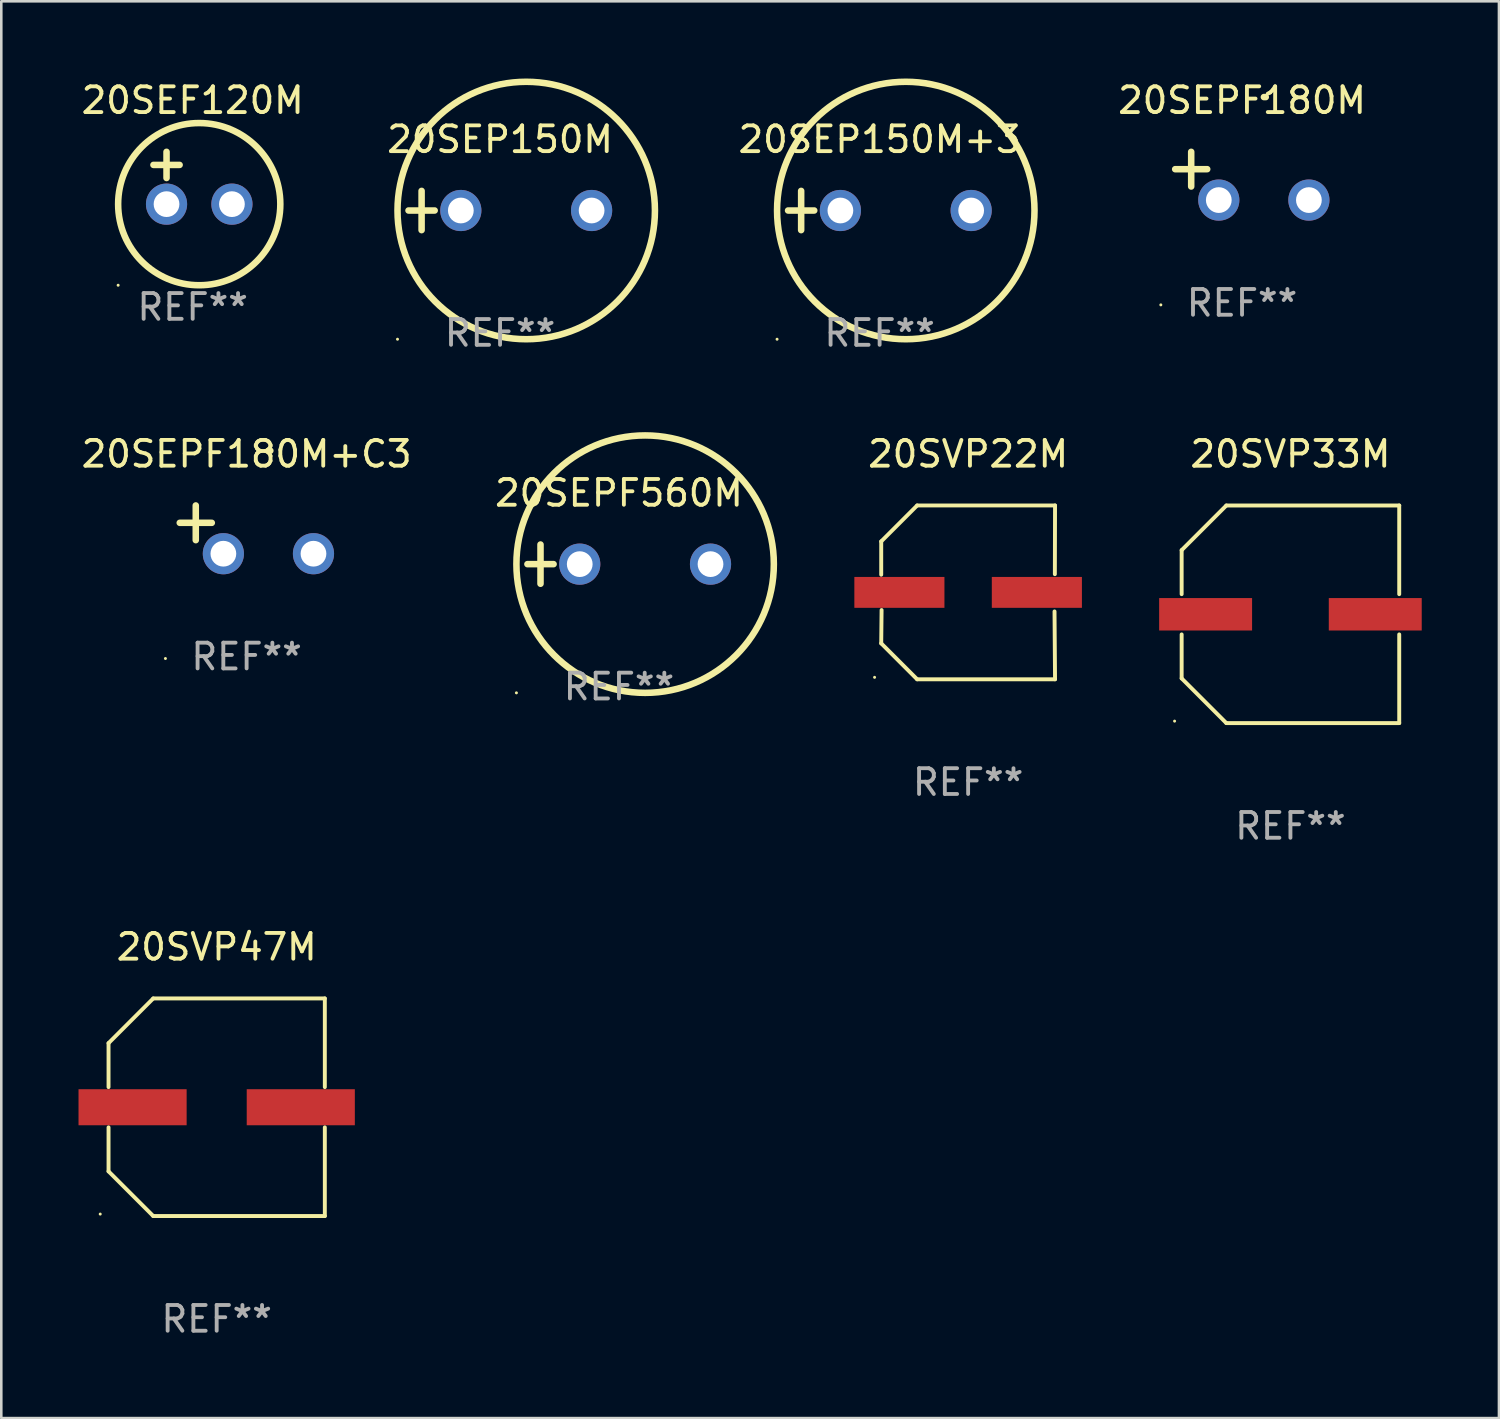
<source format=kicad_pcb>
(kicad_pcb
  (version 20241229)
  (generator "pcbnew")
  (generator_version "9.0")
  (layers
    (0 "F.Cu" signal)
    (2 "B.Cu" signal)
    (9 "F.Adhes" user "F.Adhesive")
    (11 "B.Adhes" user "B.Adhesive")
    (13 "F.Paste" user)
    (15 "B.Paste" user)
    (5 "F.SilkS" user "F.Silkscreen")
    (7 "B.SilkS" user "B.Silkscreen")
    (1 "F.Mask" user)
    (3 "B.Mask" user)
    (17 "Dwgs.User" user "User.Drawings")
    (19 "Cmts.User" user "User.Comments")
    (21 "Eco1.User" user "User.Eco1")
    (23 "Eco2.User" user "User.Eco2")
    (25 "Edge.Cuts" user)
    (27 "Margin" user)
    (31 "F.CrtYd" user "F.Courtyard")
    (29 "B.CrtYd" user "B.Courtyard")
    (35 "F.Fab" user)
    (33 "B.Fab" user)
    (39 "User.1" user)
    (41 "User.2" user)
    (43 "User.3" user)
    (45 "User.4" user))
  (footprint "20SEPF180M"
    (layer "F.Cu")
    (at 45.197 3.785)
    (property "Reference" "20SEPF180M" (at 0 -2.937 0) (layer "F.SilkS") (effects (font (size 1 1) (thickness 0.15))))
    (attr through_hole)
    (fp_line (start -1.975 0.41) (end -1.975 -0.937) (stroke (width 0.254) (type solid)) (layer "F.SilkS"))
    (fp_line (start -1.353 -0.263) (end -2.597 -0.263) (stroke (width 0.254) (type solid)) (layer "F.SilkS"))
    (fp_arc (start 0.849809 -3.063957) (mid 0.885369 -3.064114) (end 0.920929 -3.063957) (stroke (width 0.254001) (type solid)) (layer "F.SilkS"))
    (fp_circle (center -3.154 5.008) (end -3.124 5.008) (stroke (width 0.06) (type solid)) (fill no) (layer "F.SilkS"))
    (fp_text user "REF**" (at 0 4.937 0) (layer "F.Fab") (effects (font (size 1 1) (thickness 0.15))))
    (pad "1" thru_hole circle (at -0.903 0.937) (size 1.6 1.6) (drill 1) (layers "*.Cu" "*.Mask"))
    (pad "2" thru_hole circle (at 2.597 0.937) (size 1.6 1.6) (drill 1) (layers "*.Cu" "*.Mask")))
  (footprint "20SVP33M"
    (layer "F.Cu")
    (at 47.077 20.812)
    (property "Reference" "20SVP33M" (at 0 -6.226 0) (layer "F.SilkS") (effects (font (size 1 1) (thickness 0.15))))
    (attr through_hole)
    (fp_line (start -4.226 -2.49) (end -4.226 -0.782) (stroke (width 0.152) (type solid)) (layer "F.SilkS"))
    (fp_line (start -4.226 2.49) (end -4.226 0.782) (stroke (width 0.152) (type solid)) (layer "F.SilkS"))
    (fp_line (start -2.49 -4.226) (end -4.226 -2.49) (stroke (width 0.152) (type solid)) (layer "F.SilkS"))
    (fp_line (start -2.49 4.226) (end -4.226 2.49) (stroke (width 0.152) (type solid)) (layer "F.SilkS"))
    (fp_line (start 4.226 -4.226) (end -2.49 -4.226) (stroke (width 0.152) (type solid)) (layer "F.SilkS"))
    (fp_line (start 4.226 -0.782) (end 4.226 -4.226) (stroke (width 0.152) (type solid)) (layer "F.SilkS"))
    (fp_line (start 4.226 0.782) (end 4.226 4.226) (stroke (width 0.152) (type solid)) (layer "F.SilkS"))
    (fp_line (start 4.226 4.226) (end -2.49 4.226) (stroke (width 0.152) (type solid)) (layer "F.SilkS"))
    (fp_circle (center -4.5 4.15) (end -4.47 4.15) (stroke (width 0.06) (type solid)) (fill no) (layer "F.SilkS"))
    (fp_text user "REF**" (at 0 8.226 0) (layer "F.Fab") (effects (font (size 1 1) (thickness 0.15))))
    (pad "1" smd rect (at -3.295 -0.000076 180) (size 3.61 1.26) (layers "F.Cu" "F.Mask" "F.Paste"))
    (pad "2" smd rect (at 3.295 -0.000076 180) (size 3.61 1.26) (layers "F.Cu" "F.Mask" "F.Paste")))
  (footprint "20SEPF180M+C3"
    (layer "F.Cu")
    (at 6.53 17.522)
    (property "Reference" "20SEPF180M+C3" (at 0 -2.937 0) (layer "F.SilkS") (effects (font (size 1 1) (thickness 0.15))))
    (attr through_hole)
    (fp_line (start -1.975 0.41) (end -1.975 -0.937) (stroke (width 0.254) (type solid)) (layer "F.SilkS"))
    (fp_line (start -1.353 -0.263) (end -2.597 -0.263) (stroke (width 0.254) (type solid)) (layer "F.SilkS"))
    (fp_arc (start 0.849809 -3.063957) (mid 0.885369 -3.064114) (end 0.920929 -3.063957) (stroke (width 0.254001) (type solid)) (layer "F.SilkS"))
    (fp_circle (center -3.154 5.008) (end -3.124 5.008) (stroke (width 0.06) (type solid)) (fill no) (layer "F.SilkS"))
    (fp_text user "REF**" (at 0 4.937 0) (layer "F.Fab") (effects (font (size 1 1) (thickness 0.15))))
    (pad "1" thru_hole circle (at -0.903 0.937) (size 1.6 1.6) (drill 1) (layers "*.Cu" "*.Mask"))
    (pad "2" thru_hole circle (at 2.597 0.937) (size 1.6 1.6) (drill 1) (layers "*.Cu" "*.Mask")))
  (footprint "20SEP150M"
    (layer "F.Cu")
    (at 16.375 5.127)
    (property "Reference" "20SEP150M" (at 0 -2.762 0) (layer "F.SilkS") (effects (font (size 1 1) (thickness 0.15))))
    (attr through_hole)
    (fp_line (start -3.556 0) (end -2.54 0) (stroke (width 0.254) (type solid)) (layer "F.SilkS"))
    (fp_line (start -3.048 -0.762) (end -3.048 0.762) (stroke (width 0.254) (type solid)) (layer "F.SilkS"))
    (fp_circle (center -3.984 5) (end -3.954 5) (stroke (width 0.06) (type solid)) (fill no) (layer "F.SilkS"))
    (fp_circle (center 1.016 0) (end 6.016 0) (stroke (width 0.254) (type solid)) (fill no) (layer "F.SilkS"))
    (fp_text user "REF**" (at 0 4.762 0) (layer "F.Fab") (effects (font (size 1 1) (thickness 0.15))))
    (pad "1" thru_hole circle (at -1.524 0) (size 1.6 1.6) (drill 1) (layers "*.Cu" "*.Mask"))
    (pad "2" thru_hole circle (at 3.556 0) (size 1.6 1.6) (drill 1) (layers "*.Cu" "*.Mask")))
  (footprint "20SEPF560M"
    (layer "F.Cu")
    (at 20.994 18.864)
    (property "Reference" "20SEPF560M" (at 0 -2.762 0) (layer "F.SilkS") (effects (font (size 1 1) (thickness 0.15))))
    (attr through_hole)
    (fp_line (start -3.556 0) (end -2.54 0) (stroke (width 0.254) (type solid)) (layer "F.SilkS"))
    (fp_line (start -3.048 -0.762) (end -3.048 0.762) (stroke (width 0.254) (type solid)) (layer "F.SilkS"))
    (fp_circle (center -3.984 5) (end -3.954 5) (stroke (width 0.06) (type solid)) (fill no) (layer "F.SilkS"))
    (fp_circle (center 1.016 0) (end 6.016 0) (stroke (width 0.254) (type solid)) (fill no) (layer "F.SilkS"))
    (fp_text user "REF**" (at 0 4.762 0) (layer "F.Fab") (effects (font (size 1 1) (thickness 0.15))))
    (pad "1" thru_hole circle (at -1.524 0) (size 1.6 1.6) (drill 1) (layers "*.Cu" "*.Mask"))
    (pad "2" thru_hole circle (at 3.556 0) (size 1.6 1.6) (drill 1) (layers "*.Cu" "*.Mask")))
  (footprint "20SVP22M"
    (layer "F.Cu")
    (at 34.557 19.961)
    (property "Reference" "20SVP22M" (at 0 -5.376 0) (layer "F.SilkS") (effects (font (size 1 1) (thickness 0.15))))
    (attr through_hole)
    (fp_line (start -3.376 -1.98) (end -3.376 -0.686) (stroke (width 0.152) (type solid)) (layer "F.SilkS"))
    (fp_line (start -3.376 1.981) (end -3.362 0.686) (stroke (width 0.152) (type solid)) (layer "F.SilkS"))
    (fp_line (start -1.981 3.376) (end -3.376 1.981) (stroke (width 0.152) (type solid)) (layer "F.SilkS"))
    (fp_line (start -1.98 -3.376) (end -3.376 -1.98) (stroke (width 0.152) (type solid)) (layer "F.SilkS"))
    (fp_line (start 3.356 0.74) (end 3.376 3.376) (stroke (width 0.152) (type solid)) (layer "F.SilkS"))
    (fp_line (start 3.369 -0.707) (end 3.376 -3.376) (stroke (width 0.152) (type solid)) (layer "F.SilkS"))
    (fp_line (start 3.376 3.376) (end -1.981 3.376) (stroke (width 0.152) (type solid)) (layer "F.SilkS"))
    (fp_line (start 3.376 -3.376) (end -1.98 -3.376) (stroke (width 0.152) (type solid)) (layer "F.SilkS"))
    (fp_circle (center -3.634 3.3) (end -3.604 3.3) (stroke (width 0.06) (type solid)) (fill no) (layer "F.SilkS"))
    (fp_text user "REF**" (at 0 7.376 0) (layer "F.Fab") (effects (font (size 1 1) (thickness 0.15))))
    (pad "1" smd rect (at -2.67 0.000254) (size 3.5 1.2) (layers "F.Cu" "F.Mask" "F.Paste"))
    (pad "2" smd rect (at 2.67 0.000254) (size 3.5 1.2) (layers "F.Cu" "F.Mask" "F.Paste")))
  (footprint "20SVP47M"
    (layer "F.Cu")
    (at 5.367 39.961)
    (property "Reference" "20SVP47M" (at 0 -6.226 0) (layer "F.SilkS") (effects (font (size 1 1) (thickness 0.15))))
    (attr through_hole)
    (fp_line (start -4.201 -2.49) (end -4.201 -0.782) (stroke (width 0.152) (type solid)) (layer "F.SilkS"))
    (fp_line (start -4.201 2.49) (end -4.201 0.782) (stroke (width 0.152) (type solid)) (layer "F.SilkS"))
    (fp_line (start -2.465 -4.226) (end -4.201 -2.49) (stroke (width 0.152) (type solid)) (layer "F.SilkS"))
    (fp_line (start -2.465 4.226) (end -4.201 2.49) (stroke (width 0.152) (type solid)) (layer "F.SilkS"))
    (fp_line (start 4.201 -4.226) (end -2.465 -4.226) (stroke (width 0.152) (type solid)) (layer "F.SilkS"))
    (fp_line (start 4.201 -0.782) (end 4.201 -4.226) (stroke (width 0.152) (type solid)) (layer "F.SilkS"))
    (fp_line (start 4.201 0.782) (end 4.201 4.226) (stroke (width 0.152) (type solid)) (layer "F.SilkS"))
    (fp_line (start 4.201 4.226) (end -2.465 4.226) (stroke (width 0.152) (type solid)) (layer "F.SilkS"))
    (fp_circle (center -4.524 4.15) (end -4.494 4.15) (stroke (width 0.06) (type solid)) (fill no) (layer "F.SilkS"))
    (fp_text user "REF**" (at 0 8.226 0) (layer "F.Fab") (effects (font (size 1 1) (thickness 0.15))))
    (pad "1" smd rect (at -3.267 0) (size 4.2 1.4) (layers "F.Cu" "F.Mask" "F.Paste"))
    (pad "2" smd rect (at 3.267 0) (size 4.2 1.4) (layers "F.Cu" "F.Mask" "F.Paste")))
  (footprint "20SEP150M+3"
    (layer "F.Cu")
    (at 31.119 5.127)
    (property "Reference" "20SEP150M+3" (at 0 -2.762 0) (layer "F.SilkS") (effects (font (size 1 1) (thickness 0.15))))
    (attr through_hole)
    (fp_line (start -3.556 0) (end -2.54 0) (stroke (width 0.254) (type solid)) (layer "F.SilkS"))
    (fp_line (start -3.048 -0.762) (end -3.048 0.762) (stroke (width 0.254) (type solid)) (layer "F.SilkS"))
    (fp_circle (center -3.984 5) (end -3.954 5) (stroke (width 0.06) (type solid)) (fill no) (layer "F.SilkS"))
    (fp_circle (center 1.016 0) (end 6.016 0) (stroke (width 0.254) (type solid)) (fill no) (layer "F.SilkS"))
    (fp_text user "REF**" (at 0 4.762 0) (layer "F.Fab") (effects (font (size 1 1) (thickness 0.15))))
    (pad "1" thru_hole circle (at -1.524 0) (size 1.6 1.6) (drill 1) (layers "*.Cu" "*.Mask"))
    (pad "2" thru_hole circle (at 3.556 0) (size 1.6 1.6) (drill 1) (layers "*.Cu" "*.Mask")))
  (footprint "20SEF120M"
    (layer "F.Cu")
    (at 4.435 3.864)
    (property "Reference" "20SEF120M" (at 0 -3.016 0) (layer "F.SilkS") (effects (font (size 1 1) (thickness 0.15))))
    (attr through_hole)
    (fp_line (start -1.524 -0.508) (end -0.508 -0.508) (stroke (width 0.254) (type solid)) (layer "F.SilkS"))
    (fp_line (start -1.016 -1.016) (end -1.016 0) (stroke (width 0.254) (type solid)) (layer "F.SilkS"))
    (fp_circle (center -2.896 4.166) (end -2.866 4.166) (stroke (width 0.06) (type solid)) (fill no) (layer "F.SilkS"))
    (fp_circle (center 0.254 1.016) (end 3.404 1.016) (stroke (width 0.254) (type solid)) (fill no) (layer "F.SilkS"))
    (fp_text user "REF**" (at 0 5.016 0) (layer "F.Fab") (effects (font (size 1 1) (thickness 0.15))))
    (pad "1" thru_hole circle (at -1.016 1.016) (size 1.6 1.6) (drill 1) (layers "*.Cu" "*.Mask"))
    (pad "2" thru_hole circle (at 1.524 1.016) (size 1.6 1.6) (drill 1) (layers "*.Cu" "*.Mask")))
  (gr_rect
    (start -3 -3)
    (end 55.177 52.035)
    (stroke (width 0.1) (type default))
    (fill no)
    (layer "Edge.Cuts")))
</source>
